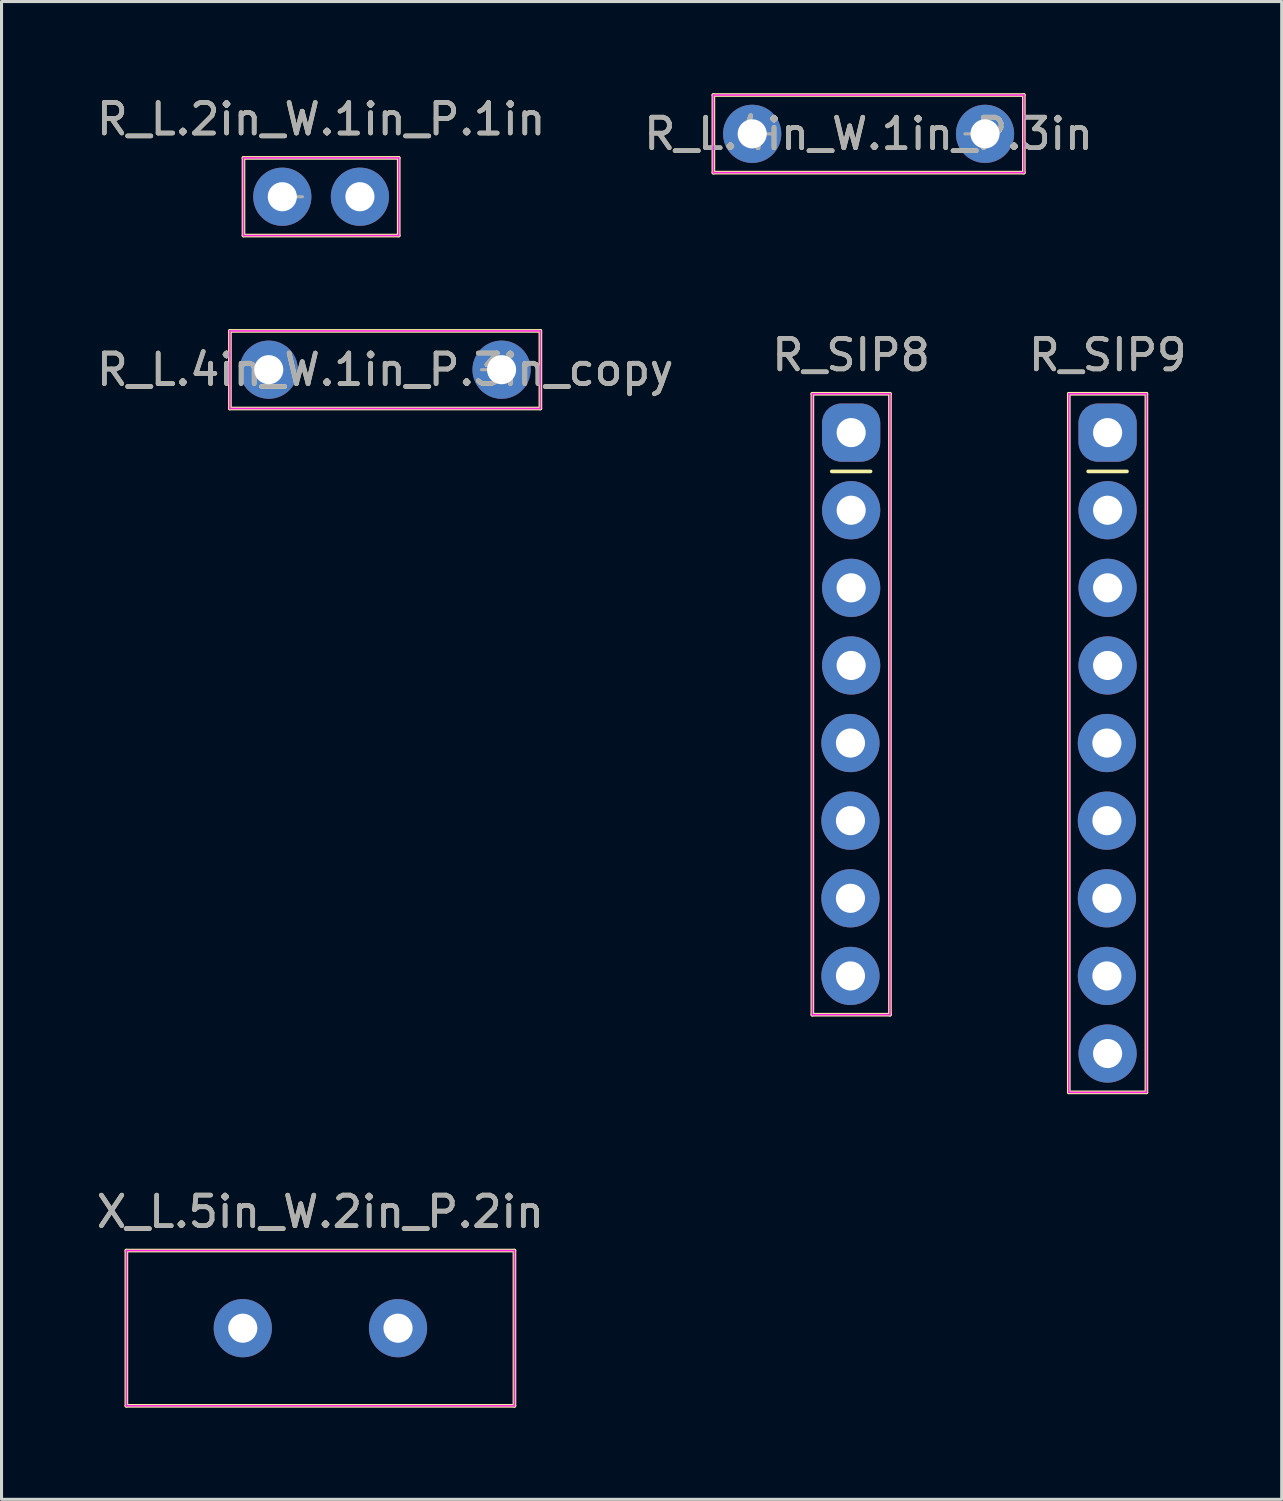
<source format=kicad_pcb>
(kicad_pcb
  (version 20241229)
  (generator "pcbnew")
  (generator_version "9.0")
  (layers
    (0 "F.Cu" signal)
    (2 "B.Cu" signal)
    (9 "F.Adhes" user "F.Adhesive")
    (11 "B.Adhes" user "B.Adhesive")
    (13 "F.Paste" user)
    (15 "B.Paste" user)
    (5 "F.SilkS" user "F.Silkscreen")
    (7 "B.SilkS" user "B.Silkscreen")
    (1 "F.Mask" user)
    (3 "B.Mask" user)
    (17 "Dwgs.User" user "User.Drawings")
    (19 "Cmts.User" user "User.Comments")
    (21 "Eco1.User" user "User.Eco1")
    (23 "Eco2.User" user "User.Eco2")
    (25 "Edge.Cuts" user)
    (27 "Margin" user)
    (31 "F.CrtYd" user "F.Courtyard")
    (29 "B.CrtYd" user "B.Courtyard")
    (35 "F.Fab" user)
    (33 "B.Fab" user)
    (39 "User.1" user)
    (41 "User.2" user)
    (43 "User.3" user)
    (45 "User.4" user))
  (footprint "R_SIP8"
    (layer "F.Cu")
    (at 24.804 11.107)
    (property "Reference" "R_SIP8" (at 0 -2.54 0) (layer "F.SilkS") (effects (font (size 1 1) (thickness 0.15))))
    (attr through_hole)
    (fp_line (start -1.27 -1.27) (end 1.27 -1.27) (stroke (width 0.12) (type solid)) (layer "F.SilkS"))
    (fp_line (start -1.27 19.05) (end -1.27 -1.27) (stroke (width 0.12) (type solid)) (layer "F.SilkS"))
    (fp_line (start -0.635 1.27) (end 0.635 1.27) (stroke (width 0.12) (type solid)) (layer "F.SilkS"))
    (fp_line (start 1.27 -1.27) (end 1.27 19.05) (stroke (width 0.12) (type solid)) (layer "F.SilkS"))
    (fp_line (start 1.27 19.05) (end -1.27 19.05) (stroke (width 0.12) (type solid)) (layer "F.SilkS"))
    (fp_line (start -1.27 -1.27) (end 1.27 -1.27) (stroke (width 0.05) (type solid)) (layer "F.CrtYd"))
    (fp_line (start -1.27 19.05) (end -1.27 -1.27) (stroke (width 0.05) (type solid)) (layer "F.CrtYd"))
    (fp_line (start 1.27 -1.27) (end 1.27 19.05) (stroke (width 0.05) (type solid)) (layer "F.CrtYd"))
    (fp_line (start 1.27 19.05) (end -1.27 19.05) (stroke (width 0.05) (type solid)) (layer "F.CrtYd"))
    (fp_text user "${REFERENCE}" (at 0 -2.54 180) (layer "F.Fab") (effects (font (size 1 1) (thickness 0.15))))
    (pad "1" thru_hole roundrect (at 0 0) (size 1.905 1.905) (drill 0.953) (layers "*.Cu" "*.Mask") (roundrect_rratio 0.333))
    (pad "2" thru_hole circle (at 0 2.54) (size 1.905 1.905) (drill 0.953) (layers "*.Cu" "*.Mask"))
    (pad "3" thru_hole circle (at 0 5.08) (size 1.905 1.905) (drill 0.953) (layers "*.Cu" "*.Mask"))
    (pad "4" thru_hole circle (at 0 7.62) (size 1.905 1.905) (drill 0.953) (layers "*.Cu" "*.Mask"))
    (pad "5" thru_hole circle (at -0.023 10.159 270) (size 1.905 1.905) (drill 0.953) (layers "*.Cu" "*.Mask"))
    (pad "6" thru_hole circle (at -0.023 12.699 270) (size 1.905 1.905) (drill 0.953) (layers "*.Cu" "*.Mask"))
    (pad "7" thru_hole circle (at -0.023 15.24 270) (size 1.905 1.905) (drill 0.953) (layers "*.Cu" "*.Mask"))
    (pad "8" thru_hole circle (at -0.023 17.78 270) (size 1.905 1.905) (drill 0.953) (layers "*.Cu" "*.Mask")))
  (footprint "R_L.4in_W.1in_P.3in_copy"
    (layer "F.Cu")
    (at 5.744 9.048)
    (property "Reference" "R_L.4in_W.1in_P.3in_copy" (at 3.81 0 0) (layer "F.SilkS") (effects (font (size 1 1) (thickness 0.15))))
    (attr through_hole)
    (fp_line (start -1.27 -1.27) (end 8.89 -1.27) (stroke (width 0.12) (type solid)) (layer "F.SilkS"))
    (fp_line (start -1.27 1.27) (end -1.27 -1.27) (stroke (width 0.12) (type solid)) (layer "F.SilkS"))
    (fp_line (start 8.89 -1.27) (end 8.89 1.27) (stroke (width 0.12) (type solid)) (layer "F.SilkS"))
    (fp_line (start 8.89 1.27) (end -1.27 1.27) (stroke (width 0.12) (type solid)) (layer "F.SilkS"))
    (fp_line (start -1.27 -1.27) (end -1.27 1.27) (stroke (width 0.05) (type solid)) (layer "F.CrtYd"))
    (fp_line (start -1.27 1.27) (end 8.89 1.27) (stroke (width 0.05) (type solid)) (layer "F.CrtYd"))
    (fp_line (start 8.89 -1.27) (end -1.27 -1.27) (stroke (width 0.05) (type solid)) (layer "F.CrtYd"))
    (fp_line (start 8.89 1.27) (end 8.89 -1.27) (stroke (width 0.05) (type solid)) (layer "F.CrtYd"))
    (fp_line (start 7.62 0) (end 6.96 0) (stroke (width 0.1) (type solid)) (layer "F.Fab"))
    (fp_text user "${REFERENCE}" (at 3.81 0 0) (layer "F.Fab") (effects (font (size 1 1) (thickness 0.15))))
    (pad "1" thru_hole circle (at 0 0) (size 1.905 1.905) (drill 0.953) (layers "*.Cu" "*.Mask"))
    (pad "2" thru_hole circle (at 7.62 0) (size 1.905 1.905) (drill 0.953) (layers "*.Cu" "*.Mask")))
  (footprint "R_SIP9"
    (layer "F.Cu")
    (at 33.196 11.107)
    (property "Reference" "R_SIP9" (at 0 -2.54 0) (layer "F.SilkS") (effects (font (size 1 1) (thickness 0.15))))
    (attr through_hole)
    (fp_line (start -1.27 -1.27) (end 1.27 -1.27) (stroke (width 0.12) (type solid)) (layer "F.SilkS"))
    (fp_line (start -1.27 21.59) (end -1.27 -1.27) (stroke (width 0.12) (type solid)) (layer "F.SilkS"))
    (fp_line (start -0.635 1.27) (end 0.635 1.27) (stroke (width 0.12) (type solid)) (layer "F.SilkS"))
    (fp_line (start 1.27 -1.27) (end 1.27 21.59) (stroke (width 0.12) (type solid)) (layer "F.SilkS"))
    (fp_line (start 1.27 21.59) (end -1.27 21.59) (stroke (width 0.12) (type solid)) (layer "F.SilkS"))
    (fp_line (start -1.27 -1.27) (end 1.27 -1.27) (stroke (width 0.05) (type solid)) (layer "F.CrtYd"))
    (fp_line (start -1.27 21.59) (end -1.27 -1.27) (stroke (width 0.05) (type solid)) (layer "F.CrtYd"))
    (fp_line (start 1.27 -1.27) (end 1.27 21.59) (stroke (width 0.05) (type solid)) (layer "F.CrtYd"))
    (fp_line (start 1.27 21.59) (end -1.27 21.59) (stroke (width 0.05) (type solid)) (layer "F.CrtYd"))
    (fp_text user "${REFERENCE}" (at 0 -2.54 180) (layer "F.Fab") (effects (font (size 1 1) (thickness 0.15))))
    (pad "1" thru_hole roundrect (at 0 0) (size 1.905 1.905) (drill 0.953) (layers "*.Cu" "*.Mask") (roundrect_rratio 0.333))
    (pad "2" thru_hole circle (at 0 2.54) (size 1.905 1.905) (drill 0.953) (layers "*.Cu" "*.Mask"))
    (pad "3" thru_hole circle (at 0 5.08) (size 1.905 1.905) (drill 0.953) (layers "*.Cu" "*.Mask"))
    (pad "4" thru_hole circle (at 0 7.62) (size 1.905 1.905) (drill 0.953) (layers "*.Cu" "*.Mask"))
    (pad "5" thru_hole circle (at -0.023 10.159 270) (size 1.905 1.905) (drill 0.953) (layers "*.Cu" "*.Mask"))
    (pad "6" thru_hole circle (at -0.023 12.699 270) (size 1.905 1.905) (drill 0.953) (layers "*.Cu" "*.Mask"))
    (pad "7" thru_hole circle (at -0.023 15.24 270) (size 1.905 1.905) (drill 0.953) (layers "*.Cu" "*.Mask"))
    (pad "8" thru_hole circle (at -0.023 17.78 270) (size 1.905 1.905) (drill 0.953) (layers "*.Cu" "*.Mask"))
    (pad "9" thru_hole circle (at 0 20.32 270) (size 1.905 1.905) (drill 0.953) (layers "*.Cu" "*.Mask")))
  (footprint "R_L.4in_W.1in_P.3in"
    (layer "F.Cu")
    (at 21.565 1.33)
    (property "Reference" "R_L.4in_W.1in_P.3in" (at 3.81 0 0) (layer "F.SilkS") (effects (font (size 1 1) (thickness 0.15))))
    (attr through_hole)
    (fp_line (start -1.27 -1.27) (end 8.89 -1.27) (stroke (width 0.12) (type solid)) (layer "F.SilkS"))
    (fp_line (start -1.27 1.27) (end -1.27 -1.27) (stroke (width 0.12) (type solid)) (layer "F.SilkS"))
    (fp_line (start 8.89 -1.27) (end 8.89 1.27) (stroke (width 0.12) (type solid)) (layer "F.SilkS"))
    (fp_line (start 8.89 1.27) (end -1.27 1.27) (stroke (width 0.12) (type solid)) (layer "F.SilkS"))
    (fp_line (start -1.27 -1.27) (end -1.27 1.27) (stroke (width 0.05) (type solid)) (layer "F.CrtYd"))
    (fp_line (start -1.27 1.27) (end 8.89 1.27) (stroke (width 0.05) (type solid)) (layer "F.CrtYd"))
    (fp_line (start 8.89 -1.27) (end -1.27 -1.27) (stroke (width 0.05) (type solid)) (layer "F.CrtYd"))
    (fp_line (start 8.89 1.27) (end 8.89 -1.27) (stroke (width 0.05) (type solid)) (layer "F.CrtYd"))
    (fp_line (start 0 0) (end 0.66 0) (stroke (width 0.1) (type solid)) (layer "F.Fab"))
    (fp_line (start 7.62 0) (end 6.96 0) (stroke (width 0.1) (type solid)) (layer "F.Fab"))
    (fp_text user "${REFERENCE}" (at 3.81 0 0) (layer "F.Fab") (effects (font (size 1 1) (thickness 0.15))))
    (pad "1" thru_hole circle (at 0 0) (size 1.905 1.905) (drill 0.953) (layers "*.Cu" "*.Mask"))
    (pad "2" thru_hole circle (at 7.62 0) (size 1.905 1.905) (drill 0.953) (layers "*.Cu" "*.Mask")))
  (footprint "X_L.5in_W.2in_P.2in"
    (layer "F.Cu")
    (at 4.895 40.415)
    (property "Reference" "X_L.5in_W.2in_P.2in" (at 2.54 -3.81 0) (layer "F.SilkS") (effects (font (size 1 1) (thickness 0.15))))
    (attr through_hole)
    (fp_line (start -3.81 -2.54) (end 8.89 -2.54) (stroke (width 0.12) (type solid)) (layer "F.SilkS"))
    (fp_line (start -3.81 2.54) (end -3.81 -2.54) (stroke (width 0.12) (type solid)) (layer "F.SilkS"))
    (fp_line (start 8.89 -2.54) (end 8.89 2.54) (stroke (width 0.12) (type solid)) (layer "F.SilkS"))
    (fp_line (start 8.89 2.54) (end -3.81 2.54) (stroke (width 0.12) (type solid)) (layer "F.SilkS"))
    (fp_line (start -3.81 -2.54) (end -3.81 2.54) (stroke (width 0.05) (type solid)) (layer "F.CrtYd"))
    (fp_line (start -3.81 2.54) (end 8.89 2.54) (stroke (width 0.05) (type solid)) (layer "F.CrtYd"))
    (fp_line (start 8.89 -2.54) (end -3.81 -2.54) (stroke (width 0.05) (type solid)) (layer "F.CrtYd"))
    (fp_line (start 8.89 2.54) (end 8.89 -2.54) (stroke (width 0.05) (type solid)) (layer "F.CrtYd"))
    (fp_text user "${REFERENCE}" (at 2.54 -3.81 0) (layer "F.Fab") (effects (font (size 1 1) (thickness 0.15))))
    (pad "1" thru_hole circle (at 0 0) (size 1.905 1.905) (drill 0.953) (layers "*.Cu" "*.Mask"))
    (pad "2" thru_hole circle (at 5.08 0) (size 1.905 1.905) (drill 0.953) (layers "*.Cu" "*.Mask")))
  (footprint "R_L.2in_W.1in_P.1in"
    (layer "F.Cu")
    (at 6.188 3.388)
    (property "Reference" "R_L.2in_W.1in_P.1in" (at 1.27 -2.54 0) (layer "F.SilkS") (effects (font (size 1 1) (thickness 0.15))))
    (attr through_hole)
    (fp_line (start -1.27 -1.27) (end 3.81 -1.27) (stroke (width 0.12) (type solid)) (layer "F.SilkS"))
    (fp_line (start -1.27 1.27) (end -1.27 -1.27) (stroke (width 0.12) (type solid)) (layer "F.SilkS"))
    (fp_line (start 3.81 -1.27) (end 3.81 1.27) (stroke (width 0.12) (type solid)) (layer "F.SilkS"))
    (fp_line (start 3.81 1.27) (end -1.27 1.27) (stroke (width 0.12) (type solid)) (layer "F.SilkS"))
    (fp_line (start -1.27 -1.27) (end -1.27 1.27) (stroke (width 0.05) (type solid)) (layer "F.CrtYd"))
    (fp_line (start -1.27 1.27) (end 3.81 1.27) (stroke (width 0.05) (type solid)) (layer "F.CrtYd"))
    (fp_line (start 3.81 -1.27) (end -1.27 -1.27) (stroke (width 0.05) (type solid)) (layer "F.CrtYd"))
    (fp_line (start 3.81 1.27) (end 3.81 -1.27) (stroke (width 0.05) (type solid)) (layer "F.CrtYd"))
    (fp_line (start 0 0) (end 0.66 0) (stroke (width 0.1) (type solid)) (layer "F.Fab"))
    (fp_text user "${REFERENCE}" (at 1.27 -2.54 0) (layer "F.Fab") (effects (font (size 1 1) (thickness 0.15))))
    (pad "1" thru_hole circle (at 0 0) (size 1.905 1.905) (drill 0.953) (layers "*.Cu" "*.Mask"))
    (pad "2" thru_hole circle (at 2.54 0) (size 1.905 1.905) (drill 0.953) (layers "*.Cu" "*.Mask")))
  (gr_rect
    (start -3 -3)
    (end 38.893 46.015)
    (stroke (width 0.1) (type default))
    (fill no)
    (layer "Edge.Cuts")))
</source>
